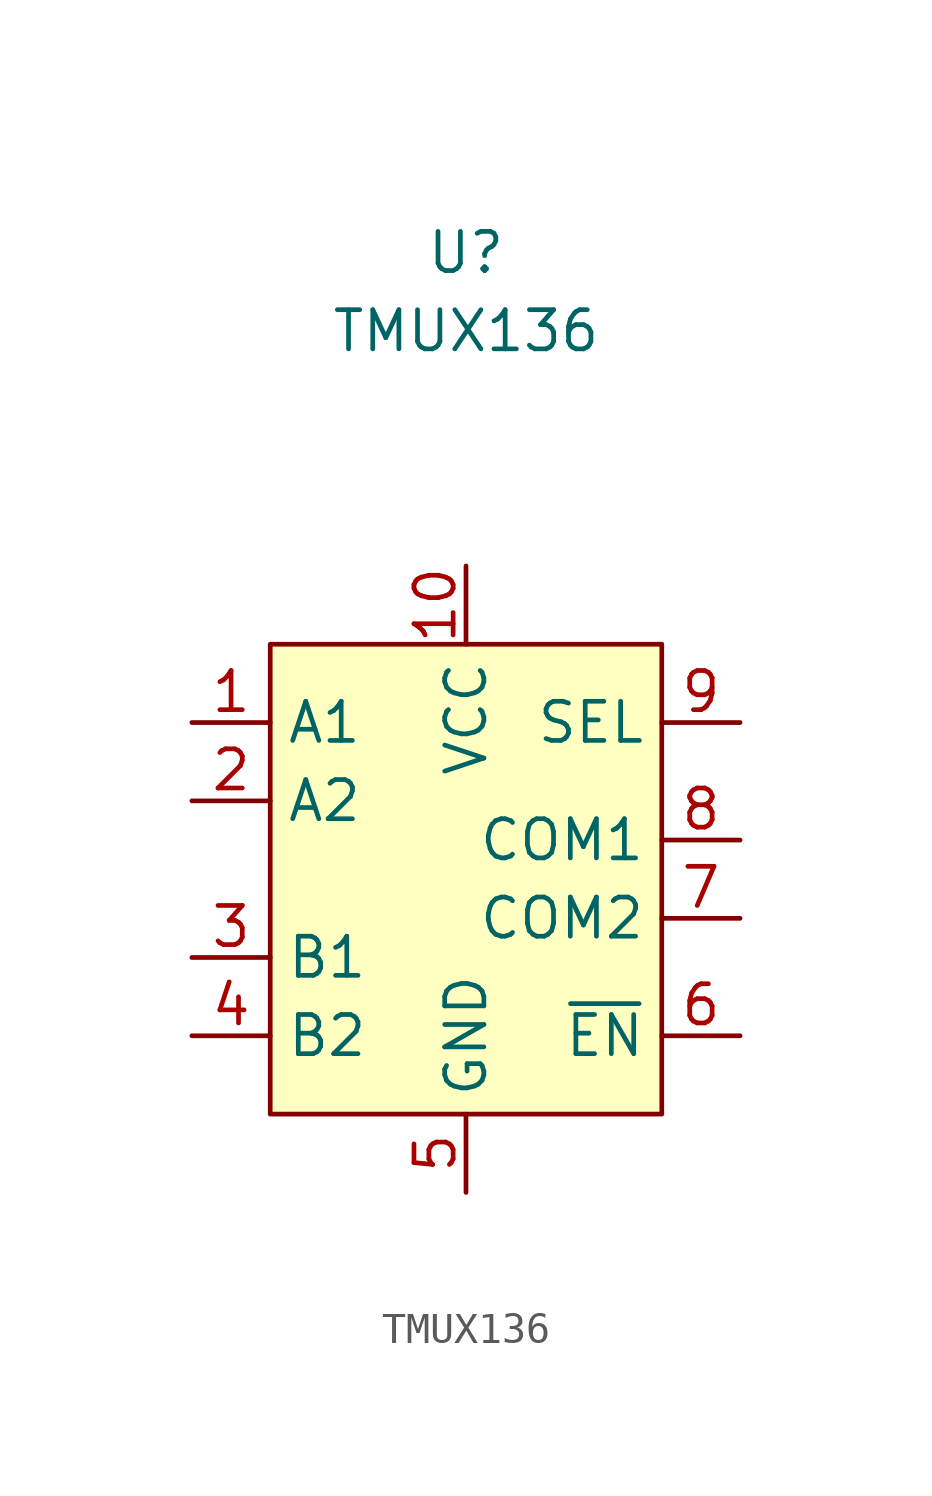
<source format=kicad_sym>
(kicad_symbol_lib
  (version 20211014)
  (generator kicad_symbol_editor)
  (symbol "TMUX136"
    (property "Reference" "U"
      (at 0 20.32 0)
      (effects (font (size 1.27 1.27))))
    (property "Value" "TMUX136"
      (at 0 17.78 0)
      (effects (font (size 1.27 1.27))))
    (symbol "TMUX136_0_0"
      (pin power_in line (at 0 10.16 270) (length 2.54) (name "VCC" (effects (font (size 1.27 1.27)))) (number "10" (effects (font (size 1.27 1.27)))))
      (pin bidirectional line (at -8.89 2.54 0) (length 2.54) (name "A2" (effects (font (size 1.27 1.27)))) (number "2" (effects (font (size 1.27 1.27)))))
      (pin bidirectional line (at -8.89 -2.54 0) (length 2.54) (name "B1" (effects (font (size 1.27 1.27)))) (number "3" (effects (font (size 1.27 1.27)))))
      (pin bidirectional line (at -8.89 -5.08 0) (length 2.54) (name "B2" (effects (font (size 1.27 1.27)))) (number "4" (effects (font (size 1.27 1.27)))))
      (pin power_in line (at 0 -10.16 90) (length 2.54) (name "GND" (effects (font (size 1.27 1.27)))) (number "5" (effects (font (size 1.27 1.27)))))
      (pin input line (at 8.89 -5.08 180) (length 2.54) (name "~{EN}" (effects (font (size 1.27 1.27)))) (number "6" (effects (font (size 1.27 1.27)))))
      (pin bidirectional line (at 8.89 -1.27 180) (length 2.54) (name "COM2" (effects (font (size 1.27 1.27)))) (number "7" (effects (font (size 1.27 1.27)))))
      (pin bidirectional line (at 8.89 1.27 180) (length 2.54) (name "COM1" (effects (font (size 1.27 1.27)))) (number "8" (effects (font (size 1.27 1.27)))))
      (pin input line (at 8.89 5.08 180) (length 2.54) (name "SEL" (effects (font (size 1.27 1.27)))) (number "9" (effects (font (size 1.27 1.27))))))
    (symbol "TMUX136_0_1"
      (rectangle (start -6.35 7.62) (end 6.35 -7.62) (stroke (width 0) (type default) (color 0 0 0 0)) (fill (type background))))
    (symbol "TMUX136_1_1"
      (pin bidirectional line (at -8.89 5.08 0) (length 2.54) (name "A1" (effects (font (size 1.27 1.27)))) (number "1" (effects (font (size 1.27 1.27))))))))
</source>
